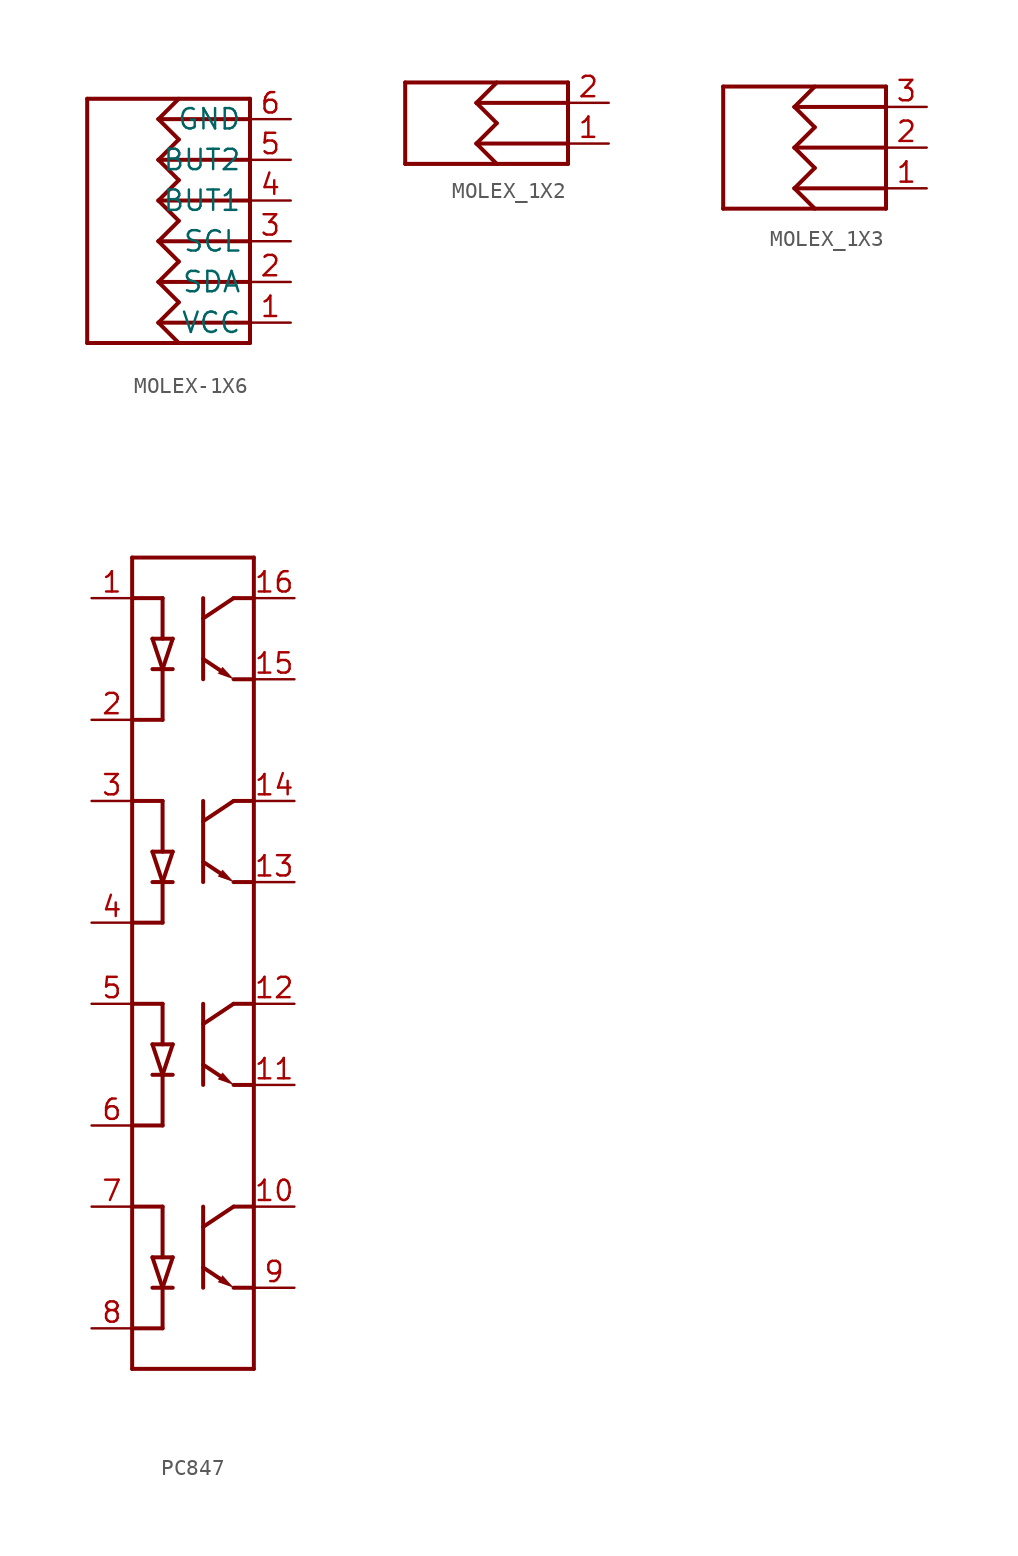
<source format=kicad_sym>
(kicad_symbol_lib
  (version 20231120)
  (generator "kicad_symbol_editor")
  (generator_version "8.0")
  (symbol "MOLEX-1X6"
    (property "Reference" "J"
      (at 0 0 0)
      (effects (font (size 1.27 1.27)) (hide yes)))
    (property "ki_locked" ""
      (at 0 0 0)
      (effects (font (size 1.27 1.27))))
    (symbol "MOLEX-1X6_1_0"
      (polyline (pts (xy -5.08 -7.62) (xy -5.08 7.62)) (stroke (width 0.25) (type solid)) (fill (type none)))
      (polyline (pts (xy -5.08 7.62) (xy 5.08 7.62)) (stroke (width 0.25) (type solid)) (fill (type none)))
      (polyline (pts (xy -0.635 -6.35) (xy 0.635 -7.62)) (stroke (width 0.25) (type solid)) (fill (type none)))
      (polyline (pts (xy -0.635 -6.35) (xy 0.635 -5.08)) (stroke (width 0.25) (type solid)) (fill (type none)))
      (polyline (pts (xy -0.635 -6.35) (xy 5.08 -6.35)) (stroke (width 0.25) (type solid)) (fill (type none)))
      (polyline (pts (xy -0.635 -3.81) (xy 0.635 -5.08)) (stroke (width 0.25) (type solid)) (fill (type none)))
      (polyline (pts (xy -0.635 -3.81) (xy 0.635 -2.54)) (stroke (width 0.25) (type solid)) (fill (type none)))
      (polyline (pts (xy -0.635 -3.81) (xy 5.08 -3.81)) (stroke (width 0.25) (type solid)) (fill (type none)))
      (polyline (pts (xy -0.635 -1.27) (xy 0.635 -2.54)) (stroke (width 0.25) (type solid)) (fill (type none)))
      (polyline (pts (xy -0.635 -1.27) (xy 0.635 0)) (stroke (width 0.25) (type solid)) (fill (type none)))
      (polyline (pts (xy -0.635 -1.27) (xy 5.08 -1.27)) (stroke (width 0.25) (type solid)) (fill (type none)))
      (polyline (pts (xy -0.635 1.27) (xy 0.635 0)) (stroke (width 0.25) (type solid)) (fill (type none)))
      (polyline (pts (xy -0.635 1.27) (xy 0.635 2.54)) (stroke (width 0.25) (type solid)) (fill (type none)))
      (polyline (pts (xy -0.635 1.27) (xy 5.08 1.27)) (stroke (width 0.25) (type solid)) (fill (type none)))
      (polyline (pts (xy -0.635 3.81) (xy 0.635 2.54)) (stroke (width 0.25) (type solid)) (fill (type none)))
      (polyline (pts (xy -0.635 3.81) (xy 0.635 5.08)) (stroke (width 0.25) (type solid)) (fill (type none)))
      (polyline (pts (xy -0.635 3.81) (xy 5.08 3.81)) (stroke (width 0.25) (type solid)) (fill (type none)))
      (polyline (pts (xy -0.635 6.35) (xy 0.635 5.08)) (stroke (width 0.25) (type solid)) (fill (type none)))
      (polyline (pts (xy -0.635 6.35) (xy 0.635 7.62)) (stroke (width 0.25) (type solid)) (fill (type none)))
      (polyline (pts (xy -0.635 6.35) (xy 5.08 6.35)) (stroke (width 0.25) (type solid)) (fill (type none)))
      (polyline (pts (xy 5.08 -7.62) (xy -5.08 -7.62)) (stroke (width 0.25) (type solid)) (fill (type none)))
      (polyline (pts (xy 5.08 7.62) (xy 5.08 -7.62)) (stroke (width 0.25) (type solid)) (fill (type none)))
      (pin passive line (at 7.62 -6.35 180) (length 2.54) (name "VCC" (effects (font (size 1.27 1.27)))) (number "1" (effects (font (size 1.27 1.27)))))
      (pin passive line (at 7.62 -3.81 180) (length 2.54) (name "SDA" (effects (font (size 1.27 1.27)))) (number "2" (effects (font (size 1.27 1.27)))))
      (pin passive line (at 7.62 -1.27 180) (length 2.54) (name "SCL" (effects (font (size 1.27 1.27)))) (number "3" (effects (font (size 1.27 1.27)))))
      (pin passive line (at 7.62 1.27 180) (length 2.54) (name "BUT1" (effects (font (size 1.27 1.27)))) (number "4" (effects (font (size 1.27 1.27)))))
      (pin passive line (at 7.62 3.81 180) (length 2.54) (name "BUT2" (effects (font (size 1.27 1.27)))) (number "5" (effects (font (size 1.27 1.27)))))
      (pin passive line (at 7.62 6.35 180) (length 2.54) (name "GND" (effects (font (size 1.27 1.27)))) (number "6" (effects (font (size 1.27 1.27)))))))
  (symbol "MOLEX_1X2"
    (property "Reference" "J"
      (at 0 0 0)
      (effects (font (size 1.27 1.27)) (hide yes)))
    (property "ki_locked" ""
      (at 0 0 0)
      (effects (font (size 1.27 1.27))))
    (symbol "MOLEX_1X2_1_0"
      (polyline (pts (xy -5.08 -2.54) (xy 5.08 -2.54)) (stroke (width 0.25) (type solid)) (fill (type none)))
      (polyline (pts (xy -5.08 2.54) (xy -5.08 -2.54)) (stroke (width 0.25) (type solid)) (fill (type none)))
      (polyline (pts (xy -0.635 -1.27) (xy 0.635 -2.54)) (stroke (width 0.25) (type solid)) (fill (type none)))
      (polyline (pts (xy -0.635 -1.27) (xy 0.635 0)) (stroke (width 0.25) (type solid)) (fill (type none)))
      (polyline (pts (xy -0.635 -1.27) (xy 5.08 -1.27)) (stroke (width 0.25) (type solid)) (fill (type none)))
      (polyline (pts (xy -0.635 1.27) (xy 0.635 0)) (stroke (width 0.25) (type solid)) (fill (type none)))
      (polyline (pts (xy -0.635 1.27) (xy 0.635 2.54)) (stroke (width 0.25) (type solid)) (fill (type none)))
      (polyline (pts (xy -0.635 1.27) (xy 5.08 1.27)) (stroke (width 0.25) (type solid)) (fill (type none)))
      (polyline (pts (xy 5.08 -2.54) (xy 5.08 2.54)) (stroke (width 0.25) (type solid)) (fill (type none)))
      (polyline (pts (xy 5.08 2.54) (xy -5.08 2.54)) (stroke (width 0.25) (type solid)) (fill (type none)))
      (pin passive line (at 7.62 -1.27 180) (length 2.54) (name "P1" (effects (font (size 0 0)))) (number "1" (effects (font (size 1.27 1.27)))))
      (pin passive line (at 7.62 1.27 180) (length 2.54) (name "P2" (effects (font (size 0 0)))) (number "2" (effects (font (size 1.27 1.27)))))))
  (symbol "MOLEX_1X3"
    (property "Reference" "J"
      (at 0 0 0)
      (effects (font (size 1.27 1.27)) (hide yes)))
    (property "ki_locked" ""
      (at 0 0 0)
      (effects (font (size 1.27 1.27))))
    (symbol "MOLEX_1X3_1_0"
      (polyline (pts (xy -5.08 -3.81) (xy -5.08 3.81)) (stroke (width 0.25) (type solid)) (fill (type none)))
      (polyline (pts (xy -5.08 3.81) (xy 5.08 3.81)) (stroke (width 0.25) (type solid)) (fill (type none)))
      (polyline (pts (xy -0.635 -2.54) (xy 0.635 -3.81)) (stroke (width 0.25) (type solid)) (fill (type none)))
      (polyline (pts (xy -0.635 -2.54) (xy 0.635 -1.27)) (stroke (width 0.25) (type solid)) (fill (type none)))
      (polyline (pts (xy -0.635 -2.54) (xy 5.08 -2.54)) (stroke (width 0.25) (type solid)) (fill (type none)))
      (polyline (pts (xy -0.635 0) (xy 0.635 -1.27)) (stroke (width 0.25) (type solid)) (fill (type none)))
      (polyline (pts (xy -0.635 0) (xy 0.635 1.27)) (stroke (width 0.25) (type solid)) (fill (type none)))
      (polyline (pts (xy -0.635 0) (xy 5.08 0)) (stroke (width 0.25) (type solid)) (fill (type none)))
      (polyline (pts (xy -0.635 2.54) (xy 0.635 1.27)) (stroke (width 0.25) (type solid)) (fill (type none)))
      (polyline (pts (xy -0.635 2.54) (xy 0.635 3.81)) (stroke (width 0.25) (type solid)) (fill (type none)))
      (polyline (pts (xy -0.635 2.54) (xy 5.08 2.54)) (stroke (width 0.25) (type solid)) (fill (type none)))
      (polyline (pts (xy 5.08 -3.81) (xy -5.08 -3.81)) (stroke (width 0.25) (type solid)) (fill (type none)))
      (polyline (pts (xy 5.08 3.81) (xy 5.08 -3.81)) (stroke (width 0.25) (type solid)) (fill (type none)))
      (pin passive line (at 7.62 -2.54 180) (length 2.54) (name "P1" (effects (font (size 0 0)))) (number "1" (effects (font (size 1.27 1.27)))))
      (pin passive line (at 7.62 0 180) (length 2.54) (name "P2" (effects (font (size 0 0)))) (number "2" (effects (font (size 1.27 1.27)))))
      (pin passive line (at 7.62 2.54 180) (length 2.54) (name "P3" (effects (font (size 0 0)))) (number "3" (effects (font (size 1.27 1.27)))))))
  (symbol "PC847"
    (property "Reference" "VO"
      (at 0 0 0)
      (effects (font (size 1.27 1.27)) (hide yes)))
    (property "ki_locked" ""
      (at 0 0 0)
      (effects (font (size 1.27 1.27))))
    (symbol "PC847_1_0"
      (polyline (pts (xy -3.81 -25.4) (xy -3.81 25.4)) (stroke (width 0.25) (type solid)) (fill (type none)))
      (polyline (pts (xy -3.81 -15.24) (xy -1.905 -15.24)) (stroke (width 0.25) (type solid)) (fill (type none)))
      (polyline (pts (xy -3.81 -2.54) (xy -1.905 -2.54)) (stroke (width 0.25) (type solid)) (fill (type none)))
      (polyline (pts (xy -3.81 10.16) (xy -1.905 10.16)) (stroke (width 0.25) (type solid)) (fill (type none)))
      (polyline (pts (xy -3.81 22.86) (xy -1.905 22.86)) (stroke (width 0.25) (type solid)) (fill (type none)))
      (polyline (pts (xy -3.81 25.4) (xy 3.81 25.4)) (stroke (width 0.25) (type solid)) (fill (type none)))
      (polyline (pts (xy -2.54 -20.32) (xy -1.27 -20.32)) (stroke (width 0.25) (type solid)) (fill (type none)))
      (polyline (pts (xy -2.54 -18.415) (xy -1.905 -20.32)) (stroke (width 0.25) (type solid)) (fill (type none)))
      (polyline (pts (xy -2.54 -6.985) (xy -1.27 -6.985)) (stroke (width 0.25) (type solid)) (fill (type none)))
      (polyline (pts (xy -2.54 -5.08) (xy -1.905 -6.985)) (stroke (width 0.25) (type solid)) (fill (type none)))
      (polyline (pts (xy -2.54 5.08) (xy -1.27 5.08)) (stroke (width 0.25) (type solid)) (fill (type none)))
      (polyline (pts (xy -2.54 6.985) (xy -1.905 5.08)) (stroke (width 0.25) (type solid)) (fill (type none)))
      (polyline (pts (xy -2.54 18.415) (xy -1.27 18.415)) (stroke (width 0.25) (type solid)) (fill (type none)))
      (polyline (pts (xy -2.54 20.32) (xy -1.905 18.415)) (stroke (width 0.25) (type solid)) (fill (type none)))
      (polyline (pts (xy -1.905 -22.86) (xy -3.81 -22.86)) (stroke (width 0.25) (type solid)) (fill (type none)))
      (polyline (pts (xy -1.905 -20.32) (xy -1.905 -22.86)) (stroke (width 0.25) (type solid)) (fill (type none)))
      (polyline (pts (xy -1.905 -20.32) (xy -1.27 -18.415)) (stroke (width 0.25) (type solid)) (fill (type none)))
      (polyline (pts (xy -1.905 -15.24) (xy -1.905 -18.415)) (stroke (width 0.25) (type solid)) (fill (type none)))
      (polyline (pts (xy -1.905 -10.16) (xy -3.81 -10.16)) (stroke (width 0.25) (type solid)) (fill (type none)))
      (polyline (pts (xy -1.905 -6.985) (xy -1.905 -10.16)) (stroke (width 0.25) (type solid)) (fill (type none)))
      (polyline (pts (xy -1.905 -6.985) (xy -1.27 -5.08)) (stroke (width 0.25) (type solid)) (fill (type none)))
      (polyline (pts (xy -1.905 -2.54) (xy -1.905 -5.08)) (stroke (width 0.25) (type solid)) (fill (type none)))
      (polyline (pts (xy -1.905 2.54) (xy -3.81 2.54)) (stroke (width 0.25) (type solid)) (fill (type none)))
      (polyline (pts (xy -1.905 5.08) (xy -1.905 2.54)) (stroke (width 0.25) (type solid)) (fill (type none)))
      (polyline (pts (xy -1.905 5.08) (xy -1.27 6.985)) (stroke (width 0.25) (type solid)) (fill (type none)))
      (polyline (pts (xy -1.905 10.16) (xy -1.905 6.985)) (stroke (width 0.25) (type solid)) (fill (type none)))
      (polyline (pts (xy -1.905 15.24) (xy -3.81 15.24)) (stroke (width 0.25) (type solid)) (fill (type none)))
      (polyline (pts (xy -1.905 18.415) (xy -1.905 15.24)) (stroke (width 0.25) (type solid)) (fill (type none)))
      (polyline (pts (xy -1.905 18.415) (xy -1.27 20.32)) (stroke (width 0.25) (type solid)) (fill (type none)))
      (polyline (pts (xy -1.905 22.86) (xy -1.905 20.32)) (stroke (width 0.25) (type solid)) (fill (type none)))
      (polyline (pts (xy -1.27 -18.415) (xy -2.54 -18.415)) (stroke (width 0.25) (type solid)) (fill (type none)))
      (polyline (pts (xy -1.27 -5.08) (xy -2.54 -5.08)) (stroke (width 0.25) (type solid)) (fill (type none)))
      (polyline (pts (xy -1.27 6.985) (xy -2.54 6.985)) (stroke (width 0.25) (type solid)) (fill (type none)))
      (polyline (pts (xy -1.27 20.32) (xy -2.54 20.32)) (stroke (width 0.25) (type solid)) (fill (type none)))
      (polyline (pts (xy 0.635 -19.05) (xy 1.708 -19.765)) (stroke (width 0.25) (type solid)) (fill (type none)))
      (polyline (pts (xy 0.635 -16.51) (xy 2.54 -15.24)) (stroke (width 0.25) (type solid)) (fill (type none)))
      (polyline (pts (xy 0.635 -15.24) (xy 0.635 -20.32)) (stroke (width 0.25) (type solid)) (fill (type none)))
      (polyline (pts (xy 0.635 -6.35) (xy 1.708 -7.065)) (stroke (width 0.25) (type solid)) (fill (type none)))
      (polyline (pts (xy 0.635 -3.81) (xy 2.54 -2.54)) (stroke (width 0.25) (type solid)) (fill (type none)))
      (polyline (pts (xy 0.635 -2.54) (xy 0.635 -7.62)) (stroke (width 0.25) (type solid)) (fill (type none)))
      (polyline (pts (xy 0.635 6.35) (xy 1.708 5.635)) (stroke (width 0.25) (type solid)) (fill (type none)))
      (polyline (pts (xy 0.635 8.89) (xy 2.54 10.16)) (stroke (width 0.25) (type solid)) (fill (type none)))
      (polyline (pts (xy 0.635 10.16) (xy 0.635 5.08)) (stroke (width 0.25) (type solid)) (fill (type none)))
      (polyline (pts (xy 0.635 19.05) (xy 1.708 18.335)) (stroke (width 0.25) (type solid)) (fill (type none)))
      (polyline (pts (xy 0.635 21.59) (xy 2.54 22.86)) (stroke (width 0.25) (type solid)) (fill (type none)))
      (polyline (pts (xy 0.635 22.86) (xy 0.635 17.78)) (stroke (width 0.25) (type solid)) (fill (type none)))
      (polyline (pts (xy 2.54 -20.32) (xy 3.81 -20.32)) (stroke (width 0.25) (type solid)) (fill (type none)))
      (polyline (pts (xy 2.54 -15.24) (xy 3.81 -15.24)) (stroke (width 0.25) (type solid)) (fill (type none)))
      (polyline (pts (xy 2.54 -7.62) (xy 3.81 -7.62)) (stroke (width 0.25) (type solid)) (fill (type none)))
      (polyline (pts (xy 2.54 -2.54) (xy 3.81 -2.54)) (stroke (width 0.25) (type solid)) (fill (type none)))
      (polyline (pts (xy 2.54 5.08) (xy 3.81 5.08)) (stroke (width 0.25) (type solid)) (fill (type none)))
      (polyline (pts (xy 2.54 10.16) (xy 3.81 10.16)) (stroke (width 0.25) (type solid)) (fill (type none)))
      (polyline (pts (xy 2.54 17.78) (xy 3.81 17.78)) (stroke (width 0.25) (type solid)) (fill (type none)))
      (polyline (pts (xy 2.54 22.86) (xy 3.81 22.86)) (stroke (width 0.25) (type solid)) (fill (type none)))
      (polyline (pts (xy 3.81 -25.4) (xy -3.81 -25.4)) (stroke (width 0.25) (type solid)) (fill (type none)))
      (polyline (pts (xy 3.81 25.4) (xy 3.81 -25.4)) (stroke (width 0.25) (type solid)) (fill (type none)))
      (polyline (pts (xy 2.54 -20.32) (xy 1.847 -19.557) (xy 1.569 -19.973)) (stroke (width 0.002) (type solid)) (fill (type outline)))
      (polyline (pts (xy 2.54 -7.62) (xy 1.847 -6.857) (xy 1.569 -7.273)) (stroke (width 0.002) (type solid)) (fill (type outline)))
      (polyline (pts (xy 2.54 5.08) (xy 1.847 5.843) (xy 1.569 5.427)) (stroke (width 0.002) (type solid)) (fill (type outline)))
      (polyline (pts (xy 2.54 17.78) (xy 1.847 18.543) (xy 1.569 18.127)) (stroke (width 0.002) (type solid)) (fill (type outline)))
      (pin passive line (at -6.35 22.86 0) (length 2.54) (name "Anode@1" (effects (font (size 0 0)))) (number "1" (effects (font (size 1.27 1.27)))))
      (pin passive line (at 6.35 -15.24 180) (length 2.54) (name "Collector@4" (effects (font (size 0 0)))) (number "10" (effects (font (size 1.27 1.27)))))
      (pin passive line (at 6.35 -7.62 180) (length 2.54) (name "Emitter@3" (effects (font (size 0 0)))) (number "11" (effects (font (size 1.27 1.27)))))
      (pin passive line (at 6.35 -2.54 180) (length 2.54) (name "Collector@3" (effects (font (size 0 0)))) (number "12" (effects (font (size 1.27 1.27)))))
      (pin passive line (at 6.35 5.08 180) (length 2.54) (name "Emitter@2" (effects (font (size 0 0)))) (number "13" (effects (font (size 1.27 1.27)))))
      (pin passive line (at 6.35 10.16 180) (length 2.54) (name "Collector@2" (effects (font (size 0 0)))) (number "14" (effects (font (size 1.27 1.27)))))
      (pin passive line (at 6.35 17.78 180) (length 2.54) (name "Emitter@1" (effects (font (size 0 0)))) (number "15" (effects (font (size 1.27 1.27)))))
      (pin passive line (at 6.35 22.86 180) (length 2.54) (name "Collector@1" (effects (font (size 0 0)))) (number "16" (effects (font (size 1.27 1.27)))))
      (pin passive line (at -6.35 15.24 0) (length 2.54) (name "Cathode@1" (effects (font (size 0 0)))) (number "2" (effects (font (size 1.27 1.27)))))
      (pin passive line (at -6.35 10.16 0) (length 2.54) (name "Anode@2" (effects (font (size 0 0)))) (number "3" (effects (font (size 1.27 1.27)))))
      (pin passive line (at -6.35 2.54 0) (length 2.54) (name "Cathode@2" (effects (font (size 0 0)))) (number "4" (effects (font (size 1.27 1.27)))))
      (pin passive line (at -6.35 -2.54 0) (length 2.54) (name "Anode@3" (effects (font (size 0 0)))) (number "5" (effects (font (size 1.27 1.27)))))
      (pin passive line (at -6.35 -10.16 0) (length 2.54) (name "Cathode@3" (effects (font (size 0 0)))) (number "6" (effects (font (size 1.27 1.27)))))
      (pin passive line (at -6.35 -15.24 0) (length 2.54) (name "Anode@4" (effects (font (size 0 0)))) (number "7" (effects (font (size 1.27 1.27)))))
      (pin passive line (at -6.35 -22.86 0) (length 2.54) (name "Cathode@4" (effects (font (size 0 0)))) (number "8" (effects (font (size 1.27 1.27)))))
      (pin passive line (at 6.35 -20.32 180) (length 2.54) (name "Emitter@4" (effects (font (size 0 0)))) (number "9" (effects (font (size 1.27 1.27))))))))
</source>
